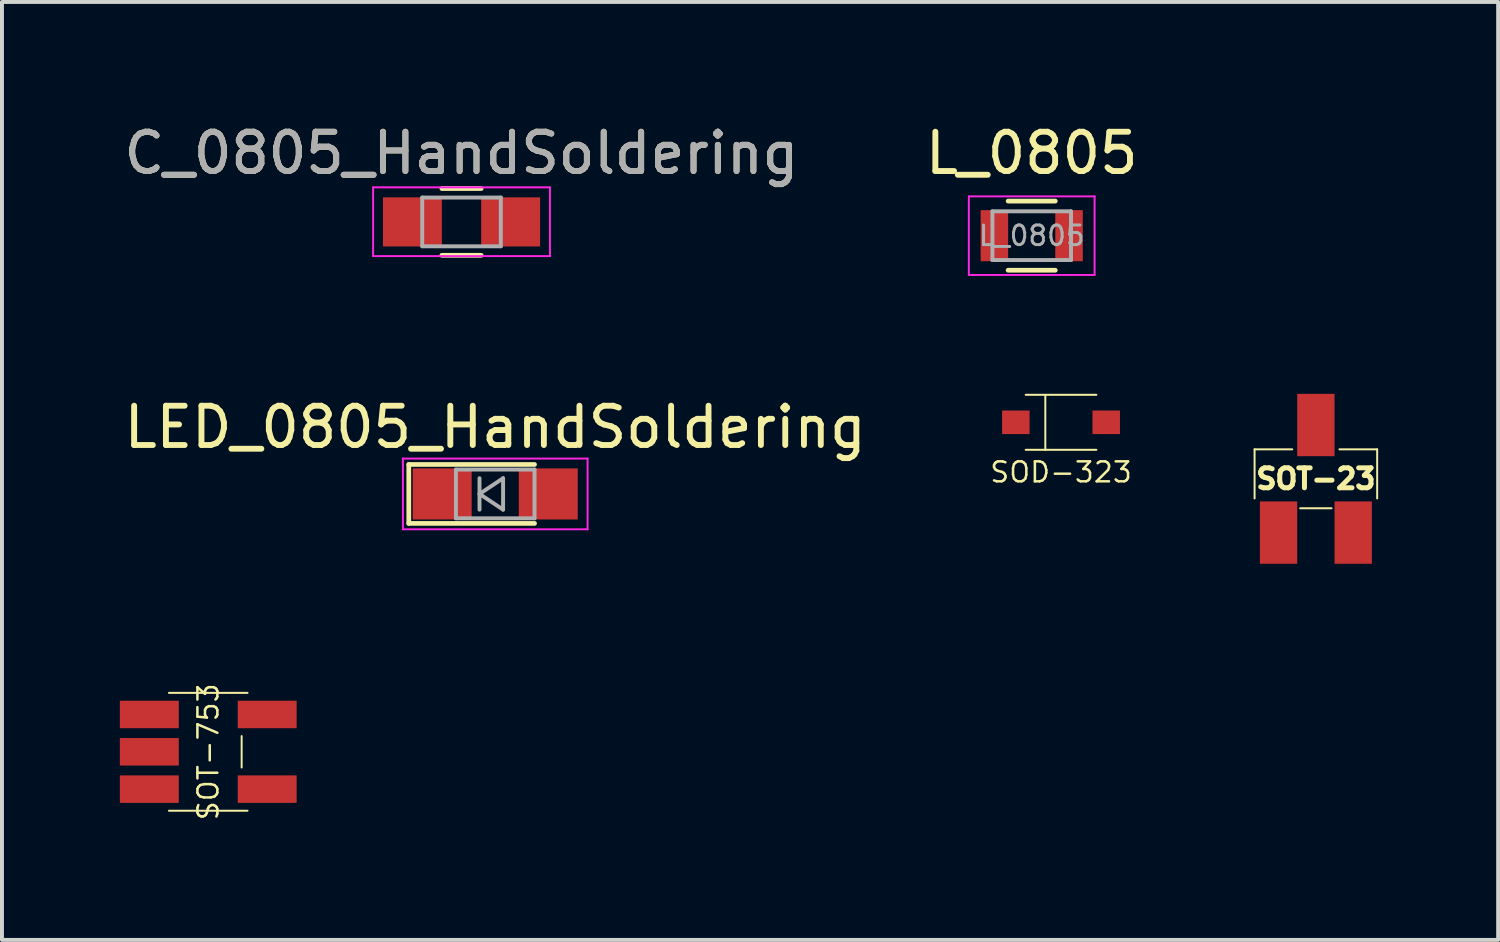
<source format=kicad_pcb>
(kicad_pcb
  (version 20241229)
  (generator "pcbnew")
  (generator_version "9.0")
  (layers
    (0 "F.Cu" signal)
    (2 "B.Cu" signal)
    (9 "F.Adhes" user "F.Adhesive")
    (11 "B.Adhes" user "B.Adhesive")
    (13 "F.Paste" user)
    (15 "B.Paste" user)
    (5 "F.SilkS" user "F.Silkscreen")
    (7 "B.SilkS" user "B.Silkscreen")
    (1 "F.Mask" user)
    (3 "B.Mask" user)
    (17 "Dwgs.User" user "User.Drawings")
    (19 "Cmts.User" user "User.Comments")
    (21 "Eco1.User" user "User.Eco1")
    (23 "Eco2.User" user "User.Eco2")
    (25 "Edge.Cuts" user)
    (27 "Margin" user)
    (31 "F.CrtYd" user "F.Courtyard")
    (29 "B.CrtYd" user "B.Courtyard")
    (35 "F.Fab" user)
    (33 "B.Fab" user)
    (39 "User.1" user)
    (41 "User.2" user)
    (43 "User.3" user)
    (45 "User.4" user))
  (footprint "SOD-323"
    (layer "F.Cu")
    (at 23.954 7.698)
    (property "Reference" "SOD-323" (at 0 1.27 0) (layer "F.SilkS") (effects (font (size 0.508 0.508) (thickness 0.064))))
    (attr through_hole)
    (fp_line (start -0.9 0.7) (end 0.9 0.7) (stroke (width 0.05) (type solid)) (layer "F.SilkS"))
    (fp_line (start -0.4 0.7) (end -0.4 -0.7) (stroke (width 0.05) (type solid)) (layer "F.SilkS"))
    (fp_line (start 0.9 -0.7) (end -0.9 -0.7) (stroke (width 0.05) (type solid)) (layer "F.SilkS"))
    (pad "1" smd rect (at -1.15 0) (size 0.7 0.6) (layers "F.Cu" "F.Mask" "F.Paste"))
    (pad "2" smd rect (at 1.15 0) (size 0.7 0.6) (layers "F.Cu" "F.Mask" "F.Paste")))
  (footprint "C_0805_HandSoldering"
    (layer "F.Cu")
    (at 8.696 2.598)
    (property "Reference" "C_0805_HandSoldering" (at 0 -1.75 0) (layer "F.SilkS") (effects (font (size 1 1) (thickness 0.15))))
    (attr smd)
    (fp_line (start -0.5 0.85) (end 0.5 0.85) (stroke (width 0.12) (type solid)) (layer "F.SilkS"))
    (fp_line (start 0.5 -0.85) (end -0.5 -0.85) (stroke (width 0.12) (type solid)) (layer "F.SilkS"))
    (fp_line (start -2.25 -0.88) (end -2.25 0.87) (stroke (width 0.05) (type solid)) (layer "F.CrtYd"))
    (fp_line (start -2.25 -0.88) (end 2.25 -0.88) (stroke (width 0.05) (type solid)) (layer "F.CrtYd"))
    (fp_line (start 2.25 0.87) (end -2.25 0.87) (stroke (width 0.05) (type solid)) (layer "F.CrtYd"))
    (fp_line (start 2.25 0.87) (end 2.25 -0.88) (stroke (width 0.05) (type solid)) (layer "F.CrtYd"))
    (fp_line (start -1 -0.62) (end 1 -0.62) (stroke (width 0.1) (type solid)) (layer "F.Fab"))
    (fp_line (start -1 0.62) (end -1 -0.62) (stroke (width 0.1) (type solid)) (layer "F.Fab"))
    (fp_line (start 1 -0.62) (end 1 0.62) (stroke (width 0.1) (type solid)) (layer "F.Fab"))
    (fp_line (start 1 0.62) (end -1 0.62) (stroke (width 0.1) (type solid)) (layer "F.Fab"))
    (fp_text user "${REFERENCE}" (at 0 -1.75 0) (layer "F.Fab") (effects (font (size 1 1) (thickness 0.15))))
    (pad "1" smd rect (at -1.25 0) (size 1.5 1.25) (layers "F.Cu" "F.Mask" "F.Paste"))
    (pad "2" smd rect (at 1.25 0) (size 1.5 1.25) (layers "F.Cu" "F.Mask" "F.Paste")))
  (footprint "LED_0805_HandSoldering"
    (layer "F.Cu")
    (at 9.554 9.521)
    (property "Reference" "LED_0805_HandSoldering" (at 0 -1.7 0) (layer "F.SilkS") (effects (font (size 1 1) (thickness 0.15))))
    (attr smd)
    (fp_line (start -2.2 -0.75) (end -2.2 0.75) (stroke (width 0.12) (type solid)) (layer "F.SilkS"))
    (fp_line (start -2.2 -0.75) (end 1 -0.75) (stroke (width 0.12) (type solid)) (layer "F.SilkS"))
    (fp_line (start 1 0.75) (end -2.2 0.75) (stroke (width 0.12) (type solid)) (layer "F.SilkS"))
    (fp_line (start -2.35 -0.9) (end -2.35 0.9) (stroke (width 0.05) (type solid)) (layer "F.CrtYd"))
    (fp_line (start -2.35 -0.9) (end 2.35 -0.9) (stroke (width 0.05) (type solid)) (layer "F.CrtYd"))
    (fp_line (start 2.35 0.9) (end -2.35 0.9) (stroke (width 0.05) (type solid)) (layer "F.CrtYd"))
    (fp_line (start 2.35 0.9) (end 2.35 -0.9) (stroke (width 0.05) (type solid)) (layer "F.CrtYd"))
    (fp_line (start -1 -0.62) (end 1 -0.62) (stroke (width 0.1) (type solid)) (layer "F.Fab"))
    (fp_line (start -1 0.62) (end -1 -0.62) (stroke (width 0.1) (type solid)) (layer "F.Fab"))
    (fp_line (start -0.4 -0.4) (end -0.4 0.4) (stroke (width 0.1) (type solid)) (layer "F.Fab"))
    (fp_line (start -0.4 0) (end 0.2 -0.4) (stroke (width 0.1) (type solid)) (layer "F.Fab"))
    (fp_line (start 0.2 -0.4) (end 0.2 0.4) (stroke (width 0.1) (type solid)) (layer "F.Fab"))
    (fp_line (start 0.2 0.4) (end -0.4 0) (stroke (width 0.1) (type solid)) (layer "F.Fab"))
    (fp_line (start 1 -0.62) (end 1 0.62) (stroke (width 0.1) (type solid)) (layer "F.Fab"))
    (fp_line (start 1 0.62) (end -1 0.62) (stroke (width 0.1) (type solid)) (layer "F.Fab"))
    (pad "1" smd rect (at -1.35 0) (size 1.5 1.3) (layers "F.Cu" "F.Mask" "F.Paste"))
    (pad "2" smd rect (at 1.35 0) (size 1.5 1.3) (layers "F.Cu" "F.Mask" "F.Paste")))
  (footprint "SOT-753"
    (layer "F.Cu")
    (at 2.25 16.084)
    (property "Reference" "SOT-753" (at 0 0 90) (layer "F.SilkS") (effects (font (size 0.508 0.508) (thickness 0.064))))
    (attr through_hole)
    (fp_line (start -1 1.5) (end 1 1.5) (stroke (width 0.05) (type solid)) (layer "F.SilkS"))
    (fp_line (start 0.85 0.4) (end 0.85 -0.4) (stroke (width 0.05) (type solid)) (layer "F.SilkS"))
    (fp_line (start 1 -1.5) (end -1 -1.5) (stroke (width 0.05) (type solid)) (layer "F.SilkS"))
    (pad "1" smd rect (at -1.5 -0.95) (size 1.5 0.7) (layers "F.Cu" "F.Mask" "F.Paste"))
    (pad "2" smd rect (at -1.5 0) (size 1.5 0.7) (layers "F.Cu" "F.Mask" "F.Paste"))
    (pad "3" smd rect (at -1.5 0.95) (size 1.5 0.7) (layers "F.Cu" "F.Mask" "F.Paste"))
    (pad "4" smd rect (at 1.5 0.95) (size 1.5 0.7) (layers "F.Cu" "F.Mask" "F.Paste"))
    (pad "5" smd rect (at 1.5 -0.95) (size 1.5 0.7) (layers "F.Cu" "F.Mask" "F.Paste")))
  (footprint "SOT-23"
    (layer "F.Cu")
    (at 30.44 9.136)
    (property "Reference" "SOT-23" (at 0 0 0) (layer "F.SilkS") (effects (font (size 0.508 0.508) (thickness 0.127))))
    (attr through_hole)
    (fp_line (start -1.56 -0.75) (end -0.6 -0.75) (stroke (width 0.05) (type solid)) (layer "F.SilkS"))
    (fp_line (start -1.56 0.5) (end -1.56 -0.75) (stroke (width 0.05) (type solid)) (layer "F.SilkS"))
    (fp_line (start -0.4 0.75) (end 0.4 0.75) (stroke (width 0.05) (type solid)) (layer "F.SilkS"))
    (fp_line (start 1.56 -0.75) (end 0.6 -0.75) (stroke (width 0.05) (type solid)) (layer "F.SilkS"))
    (fp_line (start 1.56 -0.75) (end 1.56 0.5) (stroke (width 0.05) (type solid)) (layer "F.SilkS"))
    (pad "1" smd rect (at -0.95 1.369) (size 0.95 1.587) (layers "F.Cu" "F.Mask" "F.Paste"))
    (pad "2" smd rect (at 0.95 1.369) (size 0.95 1.587) (layers "F.Cu" "F.Mask" "F.Paste"))
    (pad "3" smd rect (at 0 -1.369) (size 0.95 1.587) (layers "F.Cu" "F.Mask" "F.Paste")))
  (footprint "L_0805"
    (layer "F.Cu")
    (at 23.208 2.948)
    (property "Reference" "L_0805" (at 0 -2.1 0) (layer "F.SilkS") (effects (font (size 1 1) (thickness 0.15))))
    (attr smd)
    (fp_line (start -0.6 -0.88) (end 0.6 -0.88) (stroke (width 0.12) (type solid)) (layer "F.SilkS"))
    (fp_line (start 0.6 0.88) (end -0.6 0.88) (stroke (width 0.12) (type solid)) (layer "F.SilkS"))
    (fp_line (start -1.6 -1) (end -1.6 1) (stroke (width 0.05) (type solid)) (layer "F.CrtYd"))
    (fp_line (start -1.6 -1) (end 1.6 -1) (stroke (width 0.05) (type solid)) (layer "F.CrtYd"))
    (fp_line (start -1.6 1) (end 1.6 1) (stroke (width 0.05) (type solid)) (layer "F.CrtYd"))
    (fp_line (start 1.6 -1) (end 1.6 1) (stroke (width 0.05) (type solid)) (layer "F.CrtYd"))
    (fp_line (start -1 -0.62) (end 1 -0.62) (stroke (width 0.1) (type solid)) (layer "F.Fab"))
    (fp_line (start -1 0.62) (end -1 -0.62) (stroke (width 0.1) (type solid)) (layer "F.Fab"))
    (fp_line (start 1 -0.62) (end 1 0.62) (stroke (width 0.1) (type solid)) (layer "F.Fab"))
    (fp_line (start 1 0.62) (end -1 0.62) (stroke (width 0.1) (type solid)) (layer "F.Fab"))
    (fp_text user "${REFERENCE}" (at 0 0 0) (layer "F.Fab") (effects (font (size 0.5 0.5) (thickness 0.075))))
    (pad "1" smd rect (at -0.95 0) (size 0.7 1.3) (layers "F.Cu" "F.Mask" "F.Paste"))
    (pad "2" smd rect (at 0.95 0) (size 0.7 1.3) (layers "F.Cu" "F.Mask" "F.Paste")))
  (gr_rect
    (start -3 -3)
    (end 35.079 20.871)
    (stroke (width 0.1) (type default))
    (fill no)
    (layer "Edge.Cuts")))
</source>
